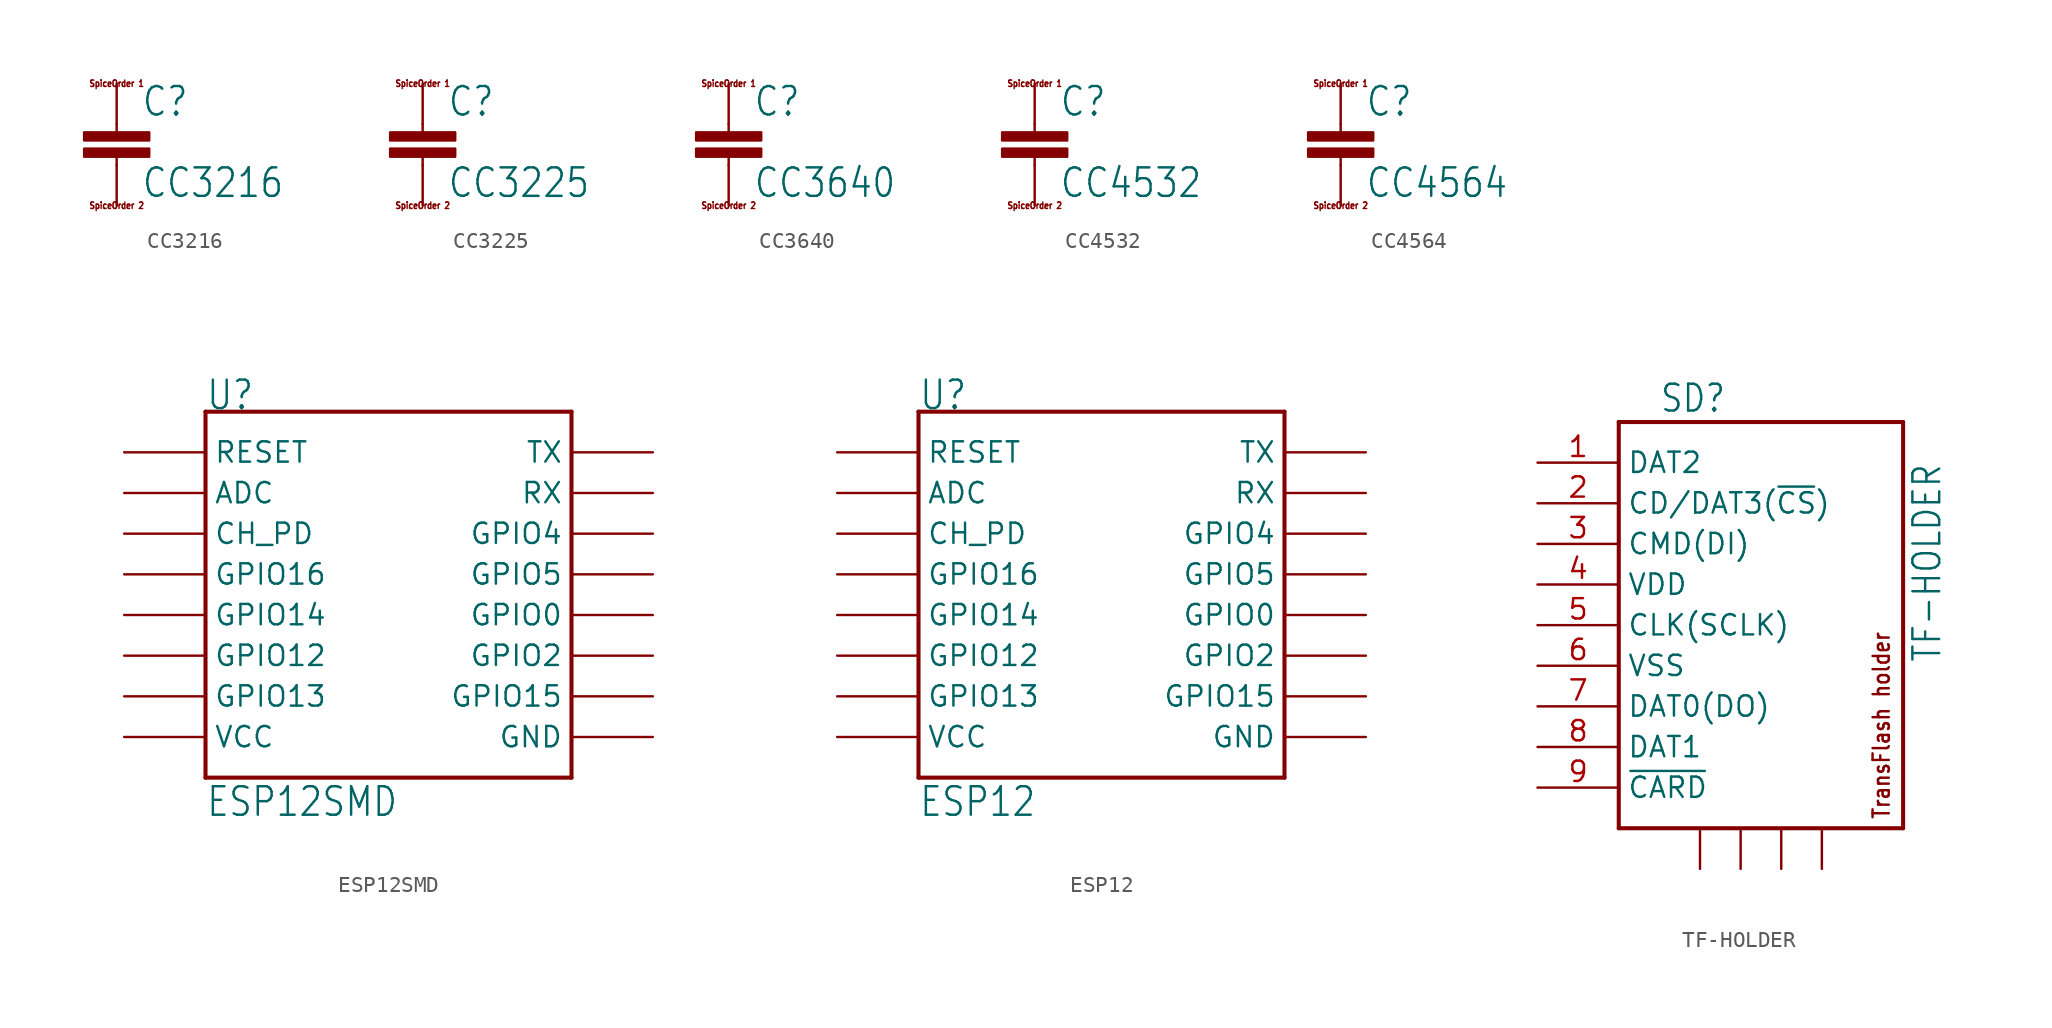
<source format=kicad_sym>
(kicad_symbol_lib
  (version 20211014)
  (generator kicad_symbol_editor)
  (symbol "CC3216"
    (property "Reference" "C"
      (at 1.524 0.381 0)
      (effects (font (size 1.778 1.511)) (justify left bottom)))
    (property "Value" "CC3216"
      (at 1.524 -4.699 0)
      (effects (font (size 1.778 1.511)) (justify left bottom)))
    (property "ki_locked" ""
      (at 0 0 0)
      (effects (font (size 1.27 1.27))))
    (symbol "CC3216_1_0"
      (rectangle (start -2.032 -2.032) (end 2.032 -1.524) (stroke (width 0) (type default) (color 0 0 0 0)) (fill (type outline)))
      (rectangle (start -2.032 -1.016) (end 2.032 -0.508) (stroke (width 0) (type default) (color 0 0 0 0)) (fill (type outline)))
      (polyline (pts (xy 0 -2.54) (xy 0 -2.032)) (stroke (width 0.152) (type default) (color 0 0 0 0)) (fill (type none)))
      (polyline (pts (xy 0 0) (xy 0 -0.508)) (stroke (width 0.152) (type default) (color 0 0 0 0)) (fill (type none)))
      (text "SpiceOrder 1" (at 0 2.54 0) (effects (font (size 0.406 0.345))))
      (text "SpiceOrder 2" (at 0 -5.08 0) (effects (font (size 0.406 0.345))))
      (pin passive line (at 0 2.54 270) (length 2.54) (name "1" (effects (font (size 0 0)))) (number "1" (effects (font (size 0 0)))))
      (pin passive line (at 0 -5.08 90) (length 2.54) (name "2" (effects (font (size 0 0)))) (number "2" (effects (font (size 0 0)))))))
  (symbol "CC3225"
    (property "Reference" "C"
      (at 1.524 0.381 0)
      (effects (font (size 1.778 1.511)) (justify left bottom)))
    (property "Value" "CC3225"
      (at 1.524 -4.699 0)
      (effects (font (size 1.778 1.511)) (justify left bottom)))
    (property "ki_locked" ""
      (at 0 0 0)
      (effects (font (size 1.27 1.27))))
    (symbol "CC3225_1_0"
      (rectangle (start -2.032 -2.032) (end 2.032 -1.524) (stroke (width 0) (type default) (color 0 0 0 0)) (fill (type outline)))
      (rectangle (start -2.032 -1.016) (end 2.032 -0.508) (stroke (width 0) (type default) (color 0 0 0 0)) (fill (type outline)))
      (polyline (pts (xy 0 -2.54) (xy 0 -2.032)) (stroke (width 0.152) (type default) (color 0 0 0 0)) (fill (type none)))
      (polyline (pts (xy 0 0) (xy 0 -0.508)) (stroke (width 0.152) (type default) (color 0 0 0 0)) (fill (type none)))
      (text "SpiceOrder 1" (at 0 2.54 0) (effects (font (size 0.406 0.345))))
      (text "SpiceOrder 2" (at 0 -5.08 0) (effects (font (size 0.406 0.345))))
      (pin passive line (at 0 2.54 270) (length 2.54) (name "1" (effects (font (size 0 0)))) (number "1" (effects (font (size 0 0)))))
      (pin passive line (at 0 -5.08 90) (length 2.54) (name "2" (effects (font (size 0 0)))) (number "2" (effects (font (size 0 0)))))))
  (symbol "CC3640"
    (property "Reference" "C"
      (at 1.524 0.381 0)
      (effects (font (size 1.778 1.511)) (justify left bottom)))
    (property "Value" "CC3640"
      (at 1.524 -4.699 0)
      (effects (font (size 1.778 1.511)) (justify left bottom)))
    (property "ki_locked" ""
      (at 0 0 0)
      (effects (font (size 1.27 1.27))))
    (symbol "CC3640_1_0"
      (rectangle (start -2.032 -2.032) (end 2.032 -1.524) (stroke (width 0) (type default) (color 0 0 0 0)) (fill (type outline)))
      (rectangle (start -2.032 -1.016) (end 2.032 -0.508) (stroke (width 0) (type default) (color 0 0 0 0)) (fill (type outline)))
      (polyline (pts (xy 0 -2.54) (xy 0 -2.032)) (stroke (width 0.152) (type default) (color 0 0 0 0)) (fill (type none)))
      (polyline (pts (xy 0 0) (xy 0 -0.508)) (stroke (width 0.152) (type default) (color 0 0 0 0)) (fill (type none)))
      (text "SpiceOrder 1" (at 0 2.54 0) (effects (font (size 0.406 0.345))))
      (text "SpiceOrder 2" (at 0 -5.08 0) (effects (font (size 0.406 0.345))))
      (pin passive line (at 0 2.54 270) (length 2.54) (name "1" (effects (font (size 0 0)))) (number "1" (effects (font (size 0 0)))))
      (pin passive line (at 0 -5.08 90) (length 2.54) (name "2" (effects (font (size 0 0)))) (number "2" (effects (font (size 0 0)))))))
  (symbol "CC4532"
    (property "Reference" "C"
      (at 1.524 0.381 0)
      (effects (font (size 1.778 1.511)) (justify left bottom)))
    (property "Value" "CC4532"
      (at 1.524 -4.699 0)
      (effects (font (size 1.778 1.511)) (justify left bottom)))
    (property "ki_locked" ""
      (at 0 0 0)
      (effects (font (size 1.27 1.27))))
    (symbol "CC4532_1_0"
      (rectangle (start -2.032 -2.032) (end 2.032 -1.524) (stroke (width 0) (type default) (color 0 0 0 0)) (fill (type outline)))
      (rectangle (start -2.032 -1.016) (end 2.032 -0.508) (stroke (width 0) (type default) (color 0 0 0 0)) (fill (type outline)))
      (polyline (pts (xy 0 -2.54) (xy 0 -2.032)) (stroke (width 0.152) (type default) (color 0 0 0 0)) (fill (type none)))
      (polyline (pts (xy 0 0) (xy 0 -0.508)) (stroke (width 0.152) (type default) (color 0 0 0 0)) (fill (type none)))
      (text "SpiceOrder 1" (at 0 2.54 0) (effects (font (size 0.406 0.345))))
      (text "SpiceOrder 2" (at 0 -5.08 0) (effects (font (size 0.406 0.345))))
      (pin passive line (at 0 2.54 270) (length 2.54) (name "1" (effects (font (size 0 0)))) (number "1" (effects (font (size 0 0)))))
      (pin passive line (at 0 -5.08 90) (length 2.54) (name "2" (effects (font (size 0 0)))) (number "2" (effects (font (size 0 0)))))))
  (symbol "CC4564"
    (property "Reference" "C"
      (at 1.524 0.381 0)
      (effects (font (size 1.778 1.511)) (justify left bottom)))
    (property "Value" "CC4564"
      (at 1.524 -4.699 0)
      (effects (font (size 1.778 1.511)) (justify left bottom)))
    (property "ki_locked" ""
      (at 0 0 0)
      (effects (font (size 1.27 1.27))))
    (symbol "CC4564_1_0"
      (rectangle (start -2.032 -2.032) (end 2.032 -1.524) (stroke (width 0) (type default) (color 0 0 0 0)) (fill (type outline)))
      (rectangle (start -2.032 -1.016) (end 2.032 -0.508) (stroke (width 0) (type default) (color 0 0 0 0)) (fill (type outline)))
      (polyline (pts (xy 0 -2.54) (xy 0 -2.032)) (stroke (width 0.152) (type default) (color 0 0 0 0)) (fill (type none)))
      (polyline (pts (xy 0 0) (xy 0 -0.508)) (stroke (width 0.152) (type default) (color 0 0 0 0)) (fill (type none)))
      (text "SpiceOrder 1" (at 0 2.54 0) (effects (font (size 0.406 0.345))))
      (text "SpiceOrder 2" (at 0 -5.08 0) (effects (font (size 0.406 0.345))))
      (pin passive line (at 0 2.54 270) (length 2.54) (name "1" (effects (font (size 0 0)))) (number "1" (effects (font (size 0 0)))))
      (pin passive line (at 0 -5.08 90) (length 2.54) (name "2" (effects (font (size 0 0)))) (number "2" (effects (font (size 0 0)))))))
  (symbol "ESP12SMD"
    (property "Reference" "U"
      (at -12.7 10.16 0)
      (effects (font (size 1.778 1.511)) (justify left bottom)))
    (property "Value" "ESP12SMD"
      (at -12.7 -15.24 0)
      (effects (font (size 1.778 1.511)) (justify left bottom)))
    (property "ki_locked" ""
      (at 0 0 0)
      (effects (font (size 1.27 1.27))))
    (symbol "ESP12SMD_1_0"
      (polyline (pts (xy -12.7 -12.7) (xy 10.16 -12.7)) (stroke (width 0.254) (type default) (color 0 0 0 0)) (fill (type none)))
      (polyline (pts (xy -12.7 10.16) (xy -12.7 -12.7)) (stroke (width 0.254) (type default) (color 0 0 0 0)) (fill (type none)))
      (polyline (pts (xy 10.16 -12.7) (xy 10.16 10.16)) (stroke (width 0.254) (type default) (color 0 0 0 0)) (fill (type none)))
      (polyline (pts (xy 10.16 10.16) (xy -12.7 10.16)) (stroke (width 0.254) (type default) (color 0 0 0 0)) (fill (type none)))
      (pin bidirectional line (at -17.78 5.08 0) (length 5.08) (name "ADC" (effects (font (size 1.27 1.27)))) (number "ADC" (effects (font (size 0 0)))))
      (pin bidirectional line (at -17.78 2.54 0) (length 5.08) (name "CH_PD" (effects (font (size 1.27 1.27)))) (number "CH_PD" (effects (font (size 0 0)))))
      (pin bidirectional line (at 15.24 -10.16 180) (length 5.08) (name "GND" (effects (font (size 1.27 1.27)))) (number "GND" (effects (font (size 0 0)))))
      (pin bidirectional line (at 15.24 -2.54 180) (length 5.08) (name "GPIO0" (effects (font (size 1.27 1.27)))) (number "GPIO0" (effects (font (size 0 0)))))
      (pin bidirectional line (at -17.78 -5.08 0) (length 5.08) (name "GPIO12" (effects (font (size 1.27 1.27)))) (number "GPIO12" (effects (font (size 0 0)))))
      (pin bidirectional line (at -17.78 -7.62 0) (length 5.08) (name "GPIO13" (effects (font (size 1.27 1.27)))) (number "GPIO13" (effects (font (size 0 0)))))
      (pin bidirectional line (at -17.78 -2.54 0) (length 5.08) (name "GPIO14" (effects (font (size 1.27 1.27)))) (number "GPIO14" (effects (font (size 0 0)))))
      (pin bidirectional line (at 15.24 -7.62 180) (length 5.08) (name "GPIO15" (effects (font (size 1.27 1.27)))) (number "GPIO15" (effects (font (size 0 0)))))
      (pin bidirectional line (at -17.78 0 0) (length 5.08) (name "GPIO16" (effects (font (size 1.27 1.27)))) (number "GPIO16" (effects (font (size 0 0)))))
      (pin bidirectional line (at 15.24 -5.08 180) (length 5.08) (name "GPIO2" (effects (font (size 1.27 1.27)))) (number "GPIO2" (effects (font (size 0 0)))))
      (pin bidirectional line (at 15.24 2.54 180) (length 5.08) (name "GPIO4" (effects (font (size 1.27 1.27)))) (number "GPIO4" (effects (font (size 0 0)))))
      (pin bidirectional line (at 15.24 0 180) (length 5.08) (name "GPIO5" (effects (font (size 1.27 1.27)))) (number "GPIO5" (effects (font (size 0 0)))))
      (pin bidirectional line (at -17.78 7.62 0) (length 5.08) (name "RESET" (effects (font (size 1.27 1.27)))) (number "RESET" (effects (font (size 0 0)))))
      (pin bidirectional line (at 15.24 5.08 180) (length 5.08) (name "RX" (effects (font (size 1.27 1.27)))) (number "RXD0" (effects (font (size 0 0)))))
      (pin bidirectional line (at 15.24 7.62 180) (length 5.08) (name "TX" (effects (font (size 1.27 1.27)))) (number "TXD0" (effects (font (size 0 0)))))
      (pin bidirectional line (at -17.78 -10.16 0) (length 5.08) (name "VCC" (effects (font (size 1.27 1.27)))) (number "VCC" (effects (font (size 0 0)))))))
  (symbol "ESP12"
    (property "Reference" "U"
      (at -12.7 10.16 0)
      (effects (font (size 1.778 1.511)) (justify left bottom)))
    (property "Value" "ESP12"
      (at -12.7 -15.24 0)
      (effects (font (size 1.778 1.511)) (justify left bottom)))
    (property "ki_locked" ""
      (at 0 0 0)
      (effects (font (size 1.27 1.27))))
    (symbol "ESP12_1_0"
      (polyline (pts (xy -12.7 -12.7) (xy 10.16 -12.7)) (stroke (width 0.254) (type default) (color 0 0 0 0)) (fill (type none)))
      (polyline (pts (xy -12.7 10.16) (xy -12.7 -12.7)) (stroke (width 0.254) (type default) (color 0 0 0 0)) (fill (type none)))
      (polyline (pts (xy 10.16 -12.7) (xy 10.16 10.16)) (stroke (width 0.254) (type default) (color 0 0 0 0)) (fill (type none)))
      (polyline (pts (xy 10.16 10.16) (xy -12.7 10.16)) (stroke (width 0.254) (type default) (color 0 0 0 0)) (fill (type none)))
      (pin bidirectional line (at -17.78 5.08 0) (length 5.08) (name "ADC" (effects (font (size 1.27 1.27)))) (number "ADC" (effects (font (size 0 0)))))
      (pin bidirectional line (at -17.78 2.54 0) (length 5.08) (name "CH_PD" (effects (font (size 1.27 1.27)))) (number "CH_PD" (effects (font (size 0 0)))))
      (pin bidirectional line (at 15.24 -10.16 180) (length 5.08) (name "GND" (effects (font (size 1.27 1.27)))) (number "GND" (effects (font (size 0 0)))))
      (pin bidirectional line (at 15.24 -2.54 180) (length 5.08) (name "GPIO0" (effects (font (size 1.27 1.27)))) (number "GPIO0" (effects (font (size 0 0)))))
      (pin bidirectional line (at -17.78 -5.08 0) (length 5.08) (name "GPIO12" (effects (font (size 1.27 1.27)))) (number "GPIO12" (effects (font (size 0 0)))))
      (pin bidirectional line (at -17.78 -7.62 0) (length 5.08) (name "GPIO13" (effects (font (size 1.27 1.27)))) (number "GPIO13" (effects (font (size 0 0)))))
      (pin bidirectional line (at -17.78 -2.54 0) (length 5.08) (name "GPIO14" (effects (font (size 1.27 1.27)))) (number "GPIO14" (effects (font (size 0 0)))))
      (pin bidirectional line (at 15.24 -7.62 180) (length 5.08) (name "GPIO15" (effects (font (size 1.27 1.27)))) (number "GPIO15" (effects (font (size 0 0)))))
      (pin bidirectional line (at -17.78 0 0) (length 5.08) (name "GPIO16" (effects (font (size 1.27 1.27)))) (number "GPIO16" (effects (font (size 0 0)))))
      (pin bidirectional line (at 15.24 -5.08 180) (length 5.08) (name "GPIO2" (effects (font (size 1.27 1.27)))) (number "GPIO2" (effects (font (size 0 0)))))
      (pin bidirectional line (at 15.24 2.54 180) (length 5.08) (name "GPIO4" (effects (font (size 1.27 1.27)))) (number "GPIO4" (effects (font (size 0 0)))))
      (pin bidirectional line (at 15.24 0 180) (length 5.08) (name "GPIO5" (effects (font (size 1.27 1.27)))) (number "GPIO5" (effects (font (size 0 0)))))
      (pin bidirectional line (at -17.78 7.62 0) (length 5.08) (name "RESET" (effects (font (size 1.27 1.27)))) (number "RESET" (effects (font (size 0 0)))))
      (pin bidirectional line (at 15.24 5.08 180) (length 5.08) (name "RX" (effects (font (size 1.27 1.27)))) (number "RX" (effects (font (size 0 0)))))
      (pin bidirectional line (at 15.24 7.62 180) (length 5.08) (name "TX" (effects (font (size 1.27 1.27)))) (number "TX" (effects (font (size 0 0)))))
      (pin bidirectional line (at -17.78 -10.16 0) (length 5.08) (name "VCC" (effects (font (size 1.27 1.27)))) (number "VCC" (effects (font (size 0 0)))))))
  (symbol "TF-HOLDER"
    (property "Reference" "SD"
      (at -5.08 13.208 0)
      (effects (font (size 1.676 1.425)) (justify left bottom)))
    (property "Value" "TF-HOLDER"
      (at 10.668 10.16 90)
      (effects (font (size 1.676 1.425)) (justify right top)))
    (property "ki_locked" ""
      (at 0 0 0)
      (effects (font (size 1.27 1.27))))
    (symbol "TF-HOLDER_1_0"
      (polyline (pts (xy -7.62 -12.7) (xy 10.16 -12.7)) (stroke (width 0.254) (type default) (color 0 0 0 0)) (fill (type none)))
      (polyline (pts (xy -7.62 12.7) (xy -7.62 -12.7)) (stroke (width 0.254) (type default) (color 0 0 0 0)) (fill (type none)))
      (polyline (pts (xy 10.16 -12.7) (xy 10.16 12.7)) (stroke (width 0.254) (type default) (color 0 0 0 0)) (fill (type none)))
      (polyline (pts (xy 10.16 12.7) (xy -7.62 12.7)) (stroke (width 0.254) (type default) (color 0 0 0 0)) (fill (type none)))
      (text "TransFlash holder" (at 9.398 -12.192 900) (effects (font (size 1.016 0.864)) (justify left bottom)))
      (pin bidirectional line (at -12.7 10.16 0) (length 5.08) (name "DAT2" (effects (font (size 1.27 1.27)))) (number "1" (effects (font (size 1.27 1.27)))))
      (pin bidirectional line (at -12.7 7.62 0) (length 5.08) (name "CD/DAT3(~{CS})" (effects (font (size 1.27 1.27)))) (number "2" (effects (font (size 1.27 1.27)))))
      (pin bidirectional line (at -12.7 5.08 0) (length 5.08) (name "CMD(DI)" (effects (font (size 1.27 1.27)))) (number "3" (effects (font (size 1.27 1.27)))))
      (pin power_in line (at -12.7 2.54 0) (length 5.08) (name "VDD" (effects (font (size 1.27 1.27)))) (number "4" (effects (font (size 1.27 1.27)))))
      (pin input line (at -12.7 0 0) (length 5.08) (name "CLK(SCLK)" (effects (font (size 1.27 1.27)))) (number "5" (effects (font (size 1.27 1.27)))))
      (pin power_in line (at -12.7 -2.54 0) (length 5.08) (name "VSS" (effects (font (size 1.27 1.27)))) (number "6" (effects (font (size 1.27 1.27)))))
      (pin bidirectional line (at -12.7 -5.08 0) (length 5.08) (name "DAT0(DO)" (effects (font (size 1.27 1.27)))) (number "7" (effects (font (size 1.27 1.27)))))
      (pin bidirectional line (at -12.7 -7.62 0) (length 5.08) (name "DAT1" (effects (font (size 1.27 1.27)))) (number "8" (effects (font (size 1.27 1.27)))))
      (pin passive line (at -12.7 -10.16 0) (length 5.08) (name "~{CARD}" (effects (font (size 1.27 1.27)))) (number "9" (effects (font (size 1.27 1.27)))))
      (pin passive line (at -2.54 -15.24 90) (length 2.54) (name "S1" (effects (font (size 0 0)))) (number "S1" (effects (font (size 0 0)))))
      (pin passive line (at 0 -15.24 90) (length 2.54) (name "S2" (effects (font (size 0 0)))) (number "S2" (effects (font (size 0 0)))))
      (pin passive line (at 2.54 -15.24 90) (length 2.54) (name "S3" (effects (font (size 0 0)))) (number "S3" (effects (font (size 0 0)))))
      (pin passive line (at 5.08 -15.24 90) (length 2.54) (name "S4" (effects (font (size 0 0)))) (number "S4" (effects (font (size 0 0))))))))
</source>
